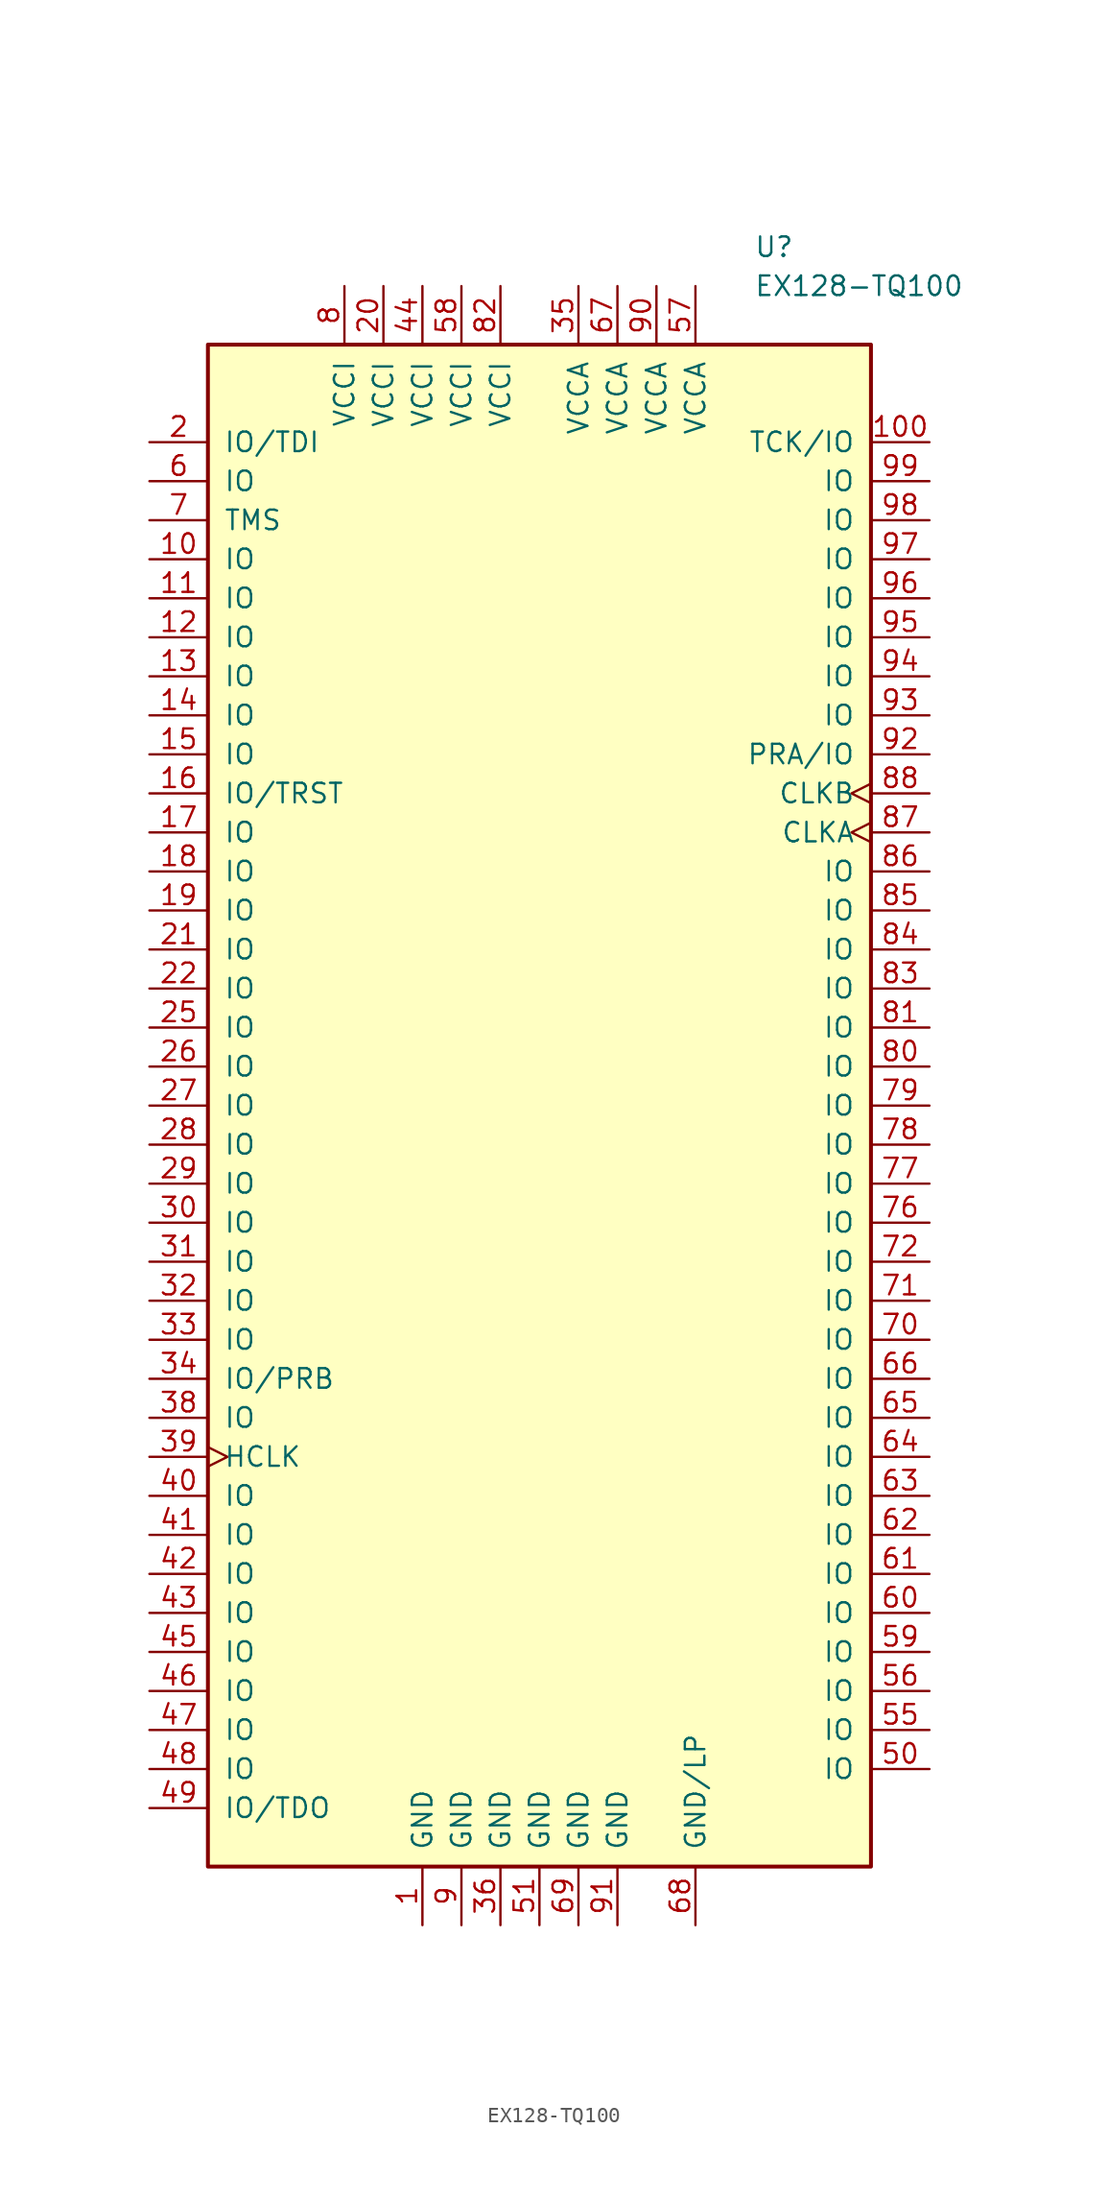
<source format=kicad_sym>
(kicad_symbol_lib
  (version 20211014)
  (generator kicad_symbol_editor)
  (symbol "EX128-TQ100"
    (pin_names
      (offset 1.016))
    (property "Reference" "U"
      (at 13.97 55.88 0)
      (effects (font (size 1.27 1.27)) (justify left)))
    (property "Value" "EX128-TQ100"
      (at 13.97 53.34 0)
      (effects (font (size 1.27 1.27)) (justify left)))
    (symbol "EX128-TQ100_0_1"
      (rectangle (start -21.59 49.53) (end 21.59 -49.53) (stroke (width 0.254) (type default) (color 0 0 0 0)) (fill (type background))))
    (symbol "EX128-TQ100_1_1"
      (pin power_in line (at -7.62 -53.34 90) (length 3.81) (name "GND" (effects (font (size 1.27 1.27)))) (number "1" (effects (font (size 1.27 1.27)))))
      (pin bidirectional line (at -25.4 35.56 0) (length 3.81) (name "IO" (effects (font (size 1.27 1.27)))) (number "10" (effects (font (size 1.27 1.27)))))
      (pin bidirectional line (at 25.4 43.18 180) (length 3.81) (name "TCK/IO" (effects (font (size 1.27 1.27)))) (number "100" (effects (font (size 1.27 1.27)))))
      (pin bidirectional line (at -25.4 33.02 0) (length 3.81) (name "IO" (effects (font (size 1.27 1.27)))) (number "11" (effects (font (size 1.27 1.27)))))
      (pin bidirectional line (at -25.4 30.48 0) (length 3.81) (name "IO" (effects (font (size 1.27 1.27)))) (number "12" (effects (font (size 1.27 1.27)))))
      (pin bidirectional line (at -25.4 27.94 0) (length 3.81) (name "IO" (effects (font (size 1.27 1.27)))) (number "13" (effects (font (size 1.27 1.27)))))
      (pin bidirectional line (at -25.4 25.4 0) (length 3.81) (name "IO" (effects (font (size 1.27 1.27)))) (number "14" (effects (font (size 1.27 1.27)))))
      (pin bidirectional line (at -25.4 22.86 0) (length 3.81) (name "IO" (effects (font (size 1.27 1.27)))) (number "15" (effects (font (size 1.27 1.27)))))
      (pin bidirectional line (at -25.4 20.32 0) (length 3.81) (name "IO/TRST" (effects (font (size 1.27 1.27)))) (number "16" (effects (font (size 1.27 1.27)))))
      (pin bidirectional line (at -25.4 17.78 0) (length 3.81) (name "IO" (effects (font (size 1.27 1.27)))) (number "17" (effects (font (size 1.27 1.27)))))
      (pin bidirectional line (at -25.4 15.24 0) (length 3.81) (name "IO" (effects (font (size 1.27 1.27)))) (number "18" (effects (font (size 1.27 1.27)))))
      (pin bidirectional line (at -25.4 12.7 0) (length 3.81) (name "IO" (effects (font (size 1.27 1.27)))) (number "19" (effects (font (size 1.27 1.27)))))
      (pin bidirectional line (at -25.4 43.18 0) (length 3.81) (name "IO/TDI" (effects (font (size 1.27 1.27)))) (number "2" (effects (font (size 1.27 1.27)))))
      (pin power_in line (at -10.16 53.34 270) (length 3.81) (name "VCCI" (effects (font (size 1.27 1.27)))) (number "20" (effects (font (size 1.27 1.27)))))
      (pin bidirectional line (at -25.4 10.16 0) (length 3.81) (name "IO" (effects (font (size 1.27 1.27)))) (number "21" (effects (font (size 1.27 1.27)))))
      (pin bidirectional line (at -25.4 7.62 0) (length 3.81) (name "IO" (effects (font (size 1.27 1.27)))) (number "22" (effects (font (size 1.27 1.27)))))
      (pin bidirectional line (at -25.4 5.08 0) (length 3.81) (name "IO" (effects (font (size 1.27 1.27)))) (number "25" (effects (font (size 1.27 1.27)))))
      (pin bidirectional line (at -25.4 2.54 0) (length 3.81) (name "IO" (effects (font (size 1.27 1.27)))) (number "26" (effects (font (size 1.27 1.27)))))
      (pin bidirectional line (at -25.4 0 0) (length 3.81) (name "IO" (effects (font (size 1.27 1.27)))) (number "27" (effects (font (size 1.27 1.27)))))
      (pin bidirectional line (at -25.4 -2.54 0) (length 3.81) (name "IO" (effects (font (size 1.27 1.27)))) (number "28" (effects (font (size 1.27 1.27)))))
      (pin bidirectional line (at -25.4 -5.08 0) (length 3.81) (name "IO" (effects (font (size 1.27 1.27)))) (number "29" (effects (font (size 1.27 1.27)))))
      (pin bidirectional line (at -25.4 -7.62 0) (length 3.81) (name "IO" (effects (font (size 1.27 1.27)))) (number "30" (effects (font (size 1.27 1.27)))))
      (pin bidirectional line (at -25.4 -10.16 0) (length 3.81) (name "IO" (effects (font (size 1.27 1.27)))) (number "31" (effects (font (size 1.27 1.27)))))
      (pin bidirectional line (at -25.4 -12.7 0) (length 3.81) (name "IO" (effects (font (size 1.27 1.27)))) (number "32" (effects (font (size 1.27 1.27)))))
      (pin bidirectional line (at -25.4 -15.24 0) (length 3.81) (name "IO" (effects (font (size 1.27 1.27)))) (number "33" (effects (font (size 1.27 1.27)))))
      (pin bidirectional line (at -25.4 -17.78 0) (length 3.81) (name "IO/PRB" (effects (font (size 1.27 1.27)))) (number "34" (effects (font (size 1.27 1.27)))))
      (pin power_in line (at 2.54 53.34 270) (length 3.81) (name "VCCA" (effects (font (size 1.27 1.27)))) (number "35" (effects (font (size 1.27 1.27)))))
      (pin power_in line (at -2.54 -53.34 90) (length 3.81) (name "GND" (effects (font (size 1.27 1.27)))) (number "36" (effects (font (size 1.27 1.27)))))
      (pin bidirectional line (at -25.4 -20.32 0) (length 3.81) (name "IO" (effects (font (size 1.27 1.27)))) (number "38" (effects (font (size 1.27 1.27)))))
      (pin input clock (at -25.4 -22.86 0) (length 3.81) (name "HCLK" (effects (font (size 1.27 1.27)))) (number "39" (effects (font (size 1.27 1.27)))))
      (pin bidirectional line (at -25.4 -25.4 0) (length 3.81) (name "IO" (effects (font (size 1.27 1.27)))) (number "40" (effects (font (size 1.27 1.27)))))
      (pin bidirectional line (at -25.4 -27.94 0) (length 3.81) (name "IO" (effects (font (size 1.27 1.27)))) (number "41" (effects (font (size 1.27 1.27)))))
      (pin bidirectional line (at -25.4 -30.48 0) (length 3.81) (name "IO" (effects (font (size 1.27 1.27)))) (number "42" (effects (font (size 1.27 1.27)))))
      (pin bidirectional line (at -25.4 -33.02 0) (length 3.81) (name "IO" (effects (font (size 1.27 1.27)))) (number "43" (effects (font (size 1.27 1.27)))))
      (pin power_in line (at -7.62 53.34 270) (length 3.81) (name "VCCI" (effects (font (size 1.27 1.27)))) (number "44" (effects (font (size 1.27 1.27)))))
      (pin bidirectional line (at -25.4 -35.56 0) (length 3.81) (name "IO" (effects (font (size 1.27 1.27)))) (number "45" (effects (font (size 1.27 1.27)))))
      (pin bidirectional line (at -25.4 -38.1 0) (length 3.81) (name "IO" (effects (font (size 1.27 1.27)))) (number "46" (effects (font (size 1.27 1.27)))))
      (pin bidirectional line (at -25.4 -40.64 0) (length 3.81) (name "IO" (effects (font (size 1.27 1.27)))) (number "47" (effects (font (size 1.27 1.27)))))
      (pin bidirectional line (at -25.4 -43.18 0) (length 3.81) (name "IO" (effects (font (size 1.27 1.27)))) (number "48" (effects (font (size 1.27 1.27)))))
      (pin bidirectional line (at -25.4 -45.72 0) (length 3.81) (name "IO/TDO" (effects (font (size 1.27 1.27)))) (number "49" (effects (font (size 1.27 1.27)))))
      (pin bidirectional line (at 25.4 -43.18 180) (length 3.81) (name "IO" (effects (font (size 1.27 1.27)))) (number "50" (effects (font (size 1.27 1.27)))))
      (pin power_in line (at 0 -53.34 90) (length 3.81) (name "GND" (effects (font (size 1.27 1.27)))) (number "51" (effects (font (size 1.27 1.27)))))
      (pin bidirectional line (at 25.4 -40.64 180) (length 3.81) (name "IO" (effects (font (size 1.27 1.27)))) (number "55" (effects (font (size 1.27 1.27)))))
      (pin bidirectional line (at 25.4 -38.1 180) (length 3.81) (name "IO" (effects (font (size 1.27 1.27)))) (number "56" (effects (font (size 1.27 1.27)))))
      (pin power_in line (at 10.16 53.34 270) (length 3.81) (name "VCCA" (effects (font (size 1.27 1.27)))) (number "57" (effects (font (size 1.27 1.27)))))
      (pin power_in line (at -5.08 53.34 270) (length 3.81) (name "VCCI" (effects (font (size 1.27 1.27)))) (number "58" (effects (font (size 1.27 1.27)))))
      (pin bidirectional line (at 25.4 -35.56 180) (length 3.81) (name "IO" (effects (font (size 1.27 1.27)))) (number "59" (effects (font (size 1.27 1.27)))))
      (pin bidirectional line (at -25.4 40.64 0) (length 3.81) (name "IO" (effects (font (size 1.27 1.27)))) (number "6" (effects (font (size 1.27 1.27)))))
      (pin bidirectional line (at 25.4 -33.02 180) (length 3.81) (name "IO" (effects (font (size 1.27 1.27)))) (number "60" (effects (font (size 1.27 1.27)))))
      (pin bidirectional line (at 25.4 -30.48 180) (length 3.81) (name "IO" (effects (font (size 1.27 1.27)))) (number "61" (effects (font (size 1.27 1.27)))))
      (pin bidirectional line (at 25.4 -27.94 180) (length 3.81) (name "IO" (effects (font (size 1.27 1.27)))) (number "62" (effects (font (size 1.27 1.27)))))
      (pin bidirectional line (at 25.4 -25.4 180) (length 3.81) (name "IO" (effects (font (size 1.27 1.27)))) (number "63" (effects (font (size 1.27 1.27)))))
      (pin bidirectional line (at 25.4 -22.86 180) (length 3.81) (name "IO" (effects (font (size 1.27 1.27)))) (number "64" (effects (font (size 1.27 1.27)))))
      (pin bidirectional line (at 25.4 -20.32 180) (length 3.81) (name "IO" (effects (font (size 1.27 1.27)))) (number "65" (effects (font (size 1.27 1.27)))))
      (pin bidirectional line (at 25.4 -17.78 180) (length 3.81) (name "IO" (effects (font (size 1.27 1.27)))) (number "66" (effects (font (size 1.27 1.27)))))
      (pin power_in line (at 5.08 53.34 270) (length 3.81) (name "VCCA" (effects (font (size 1.27 1.27)))) (number "67" (effects (font (size 1.27 1.27)))))
      (pin power_in line (at 10.16 -53.34 90) (length 3.81) (name "GND/LP" (effects (font (size 1.27 1.27)))) (number "68" (effects (font (size 1.27 1.27)))))
      (pin power_in line (at 2.54 -53.34 90) (length 3.81) (name "GND" (effects (font (size 1.27 1.27)))) (number "69" (effects (font (size 1.27 1.27)))))
      (pin input line (at -25.4 38.1 0) (length 3.81) (name "TMS" (effects (font (size 1.27 1.27)))) (number "7" (effects (font (size 1.27 1.27)))))
      (pin bidirectional line (at 25.4 -15.24 180) (length 3.81) (name "IO" (effects (font (size 1.27 1.27)))) (number "70" (effects (font (size 1.27 1.27)))))
      (pin bidirectional line (at 25.4 -12.7 180) (length 3.81) (name "IO" (effects (font (size 1.27 1.27)))) (number "71" (effects (font (size 1.27 1.27)))))
      (pin bidirectional line (at 25.4 -10.16 180) (length 3.81) (name "IO" (effects (font (size 1.27 1.27)))) (number "72" (effects (font (size 1.27 1.27)))))
      (pin bidirectional line (at 25.4 -7.62 180) (length 3.81) (name "IO" (effects (font (size 1.27 1.27)))) (number "76" (effects (font (size 1.27 1.27)))))
      (pin bidirectional line (at 25.4 -5.08 180) (length 3.81) (name "IO" (effects (font (size 1.27 1.27)))) (number "77" (effects (font (size 1.27 1.27)))))
      (pin bidirectional line (at 25.4 -2.54 180) (length 3.81) (name "IO" (effects (font (size 1.27 1.27)))) (number "78" (effects (font (size 1.27 1.27)))))
      (pin bidirectional line (at 25.4 0 180) (length 3.81) (name "IO" (effects (font (size 1.27 1.27)))) (number "79" (effects (font (size 1.27 1.27)))))
      (pin power_in line (at -12.7 53.34 270) (length 3.785) (name "VCCI" (effects (font (size 1.27 1.27)))) (number "8" (effects (font (size 1.27 1.27)))))
      (pin bidirectional line (at 25.4 2.54 180) (length 3.81) (name "IO" (effects (font (size 1.27 1.27)))) (number "80" (effects (font (size 1.27 1.27)))))
      (pin bidirectional line (at 25.4 5.08 180) (length 3.81) (name "IO" (effects (font (size 1.27 1.27)))) (number "81" (effects (font (size 1.27 1.27)))))
      (pin power_in line (at -2.54 53.34 270) (length 3.81) (name "VCCI" (effects (font (size 1.27 1.27)))) (number "82" (effects (font (size 1.27 1.27)))))
      (pin bidirectional line (at 25.4 7.62 180) (length 3.81) (name "IO" (effects (font (size 1.27 1.27)))) (number "83" (effects (font (size 1.27 1.27)))))
      (pin bidirectional line (at 25.4 10.16 180) (length 3.81) (name "IO" (effects (font (size 1.27 1.27)))) (number "84" (effects (font (size 1.27 1.27)))))
      (pin bidirectional line (at 25.4 12.7 180) (length 3.81) (name "IO" (effects (font (size 1.27 1.27)))) (number "85" (effects (font (size 1.27 1.27)))))
      (pin bidirectional line (at 25.4 15.24 180) (length 3.81) (name "IO" (effects (font (size 1.27 1.27)))) (number "86" (effects (font (size 1.27 1.27)))))
      (pin input clock (at 25.4 17.78 180) (length 3.81) (name "CLKA" (effects (font (size 1.27 1.27)))) (number "87" (effects (font (size 1.27 1.27)))))
      (pin input clock (at 25.4 20.32 180) (length 3.81) (name "CLKB" (effects (font (size 1.27 1.27)))) (number "88" (effects (font (size 1.27 1.27)))))
      (pin power_in line (at -5.08 -53.34 90) (length 3.81) (name "GND" (effects (font (size 1.27 1.27)))) (number "9" (effects (font (size 1.27 1.27)))))
      (pin power_in line (at 7.62 53.34 270) (length 3.81) (name "VCCA" (effects (font (size 1.27 1.27)))) (number "90" (effects (font (size 1.27 1.27)))))
      (pin power_in line (at 5.08 -53.34 90) (length 3.81) (name "GND" (effects (font (size 1.27 1.27)))) (number "91" (effects (font (size 1.27 1.27)))))
      (pin bidirectional line (at 25.4 22.86 180) (length 3.81) (name "PRA/IO" (effects (font (size 1.27 1.27)))) (number "92" (effects (font (size 1.27 1.27)))))
      (pin bidirectional line (at 25.4 25.4 180) (length 3.81) (name "IO" (effects (font (size 1.27 1.27)))) (number "93" (effects (font (size 1.27 1.27)))))
      (pin bidirectional line (at 25.4 27.94 180) (length 3.81) (name "IO" (effects (font (size 1.27 1.27)))) (number "94" (effects (font (size 1.27 1.27)))))
      (pin bidirectional line (at 25.4 30.48 180) (length 3.81) (name "IO" (effects (font (size 1.27 1.27)))) (number "95" (effects (font (size 1.27 1.27)))))
      (pin bidirectional line (at 25.4 33.02 180) (length 3.81) (name "IO" (effects (font (size 1.27 1.27)))) (number "96" (effects (font (size 1.27 1.27)))))
      (pin bidirectional line (at 25.4 35.56 180) (length 3.81) (name "IO" (effects (font (size 1.27 1.27)))) (number "97" (effects (font (size 1.27 1.27)))))
      (pin bidirectional line (at 25.4 38.1 180) (length 3.81) (name "IO" (effects (font (size 1.27 1.27)))) (number "98" (effects (font (size 1.27 1.27)))))
      (pin bidirectional line (at 25.4 40.64 180) (length 3.81) (name "IO" (effects (font (size 1.27 1.27)))) (number "99" (effects (font (size 1.27 1.27))))))))
</source>
